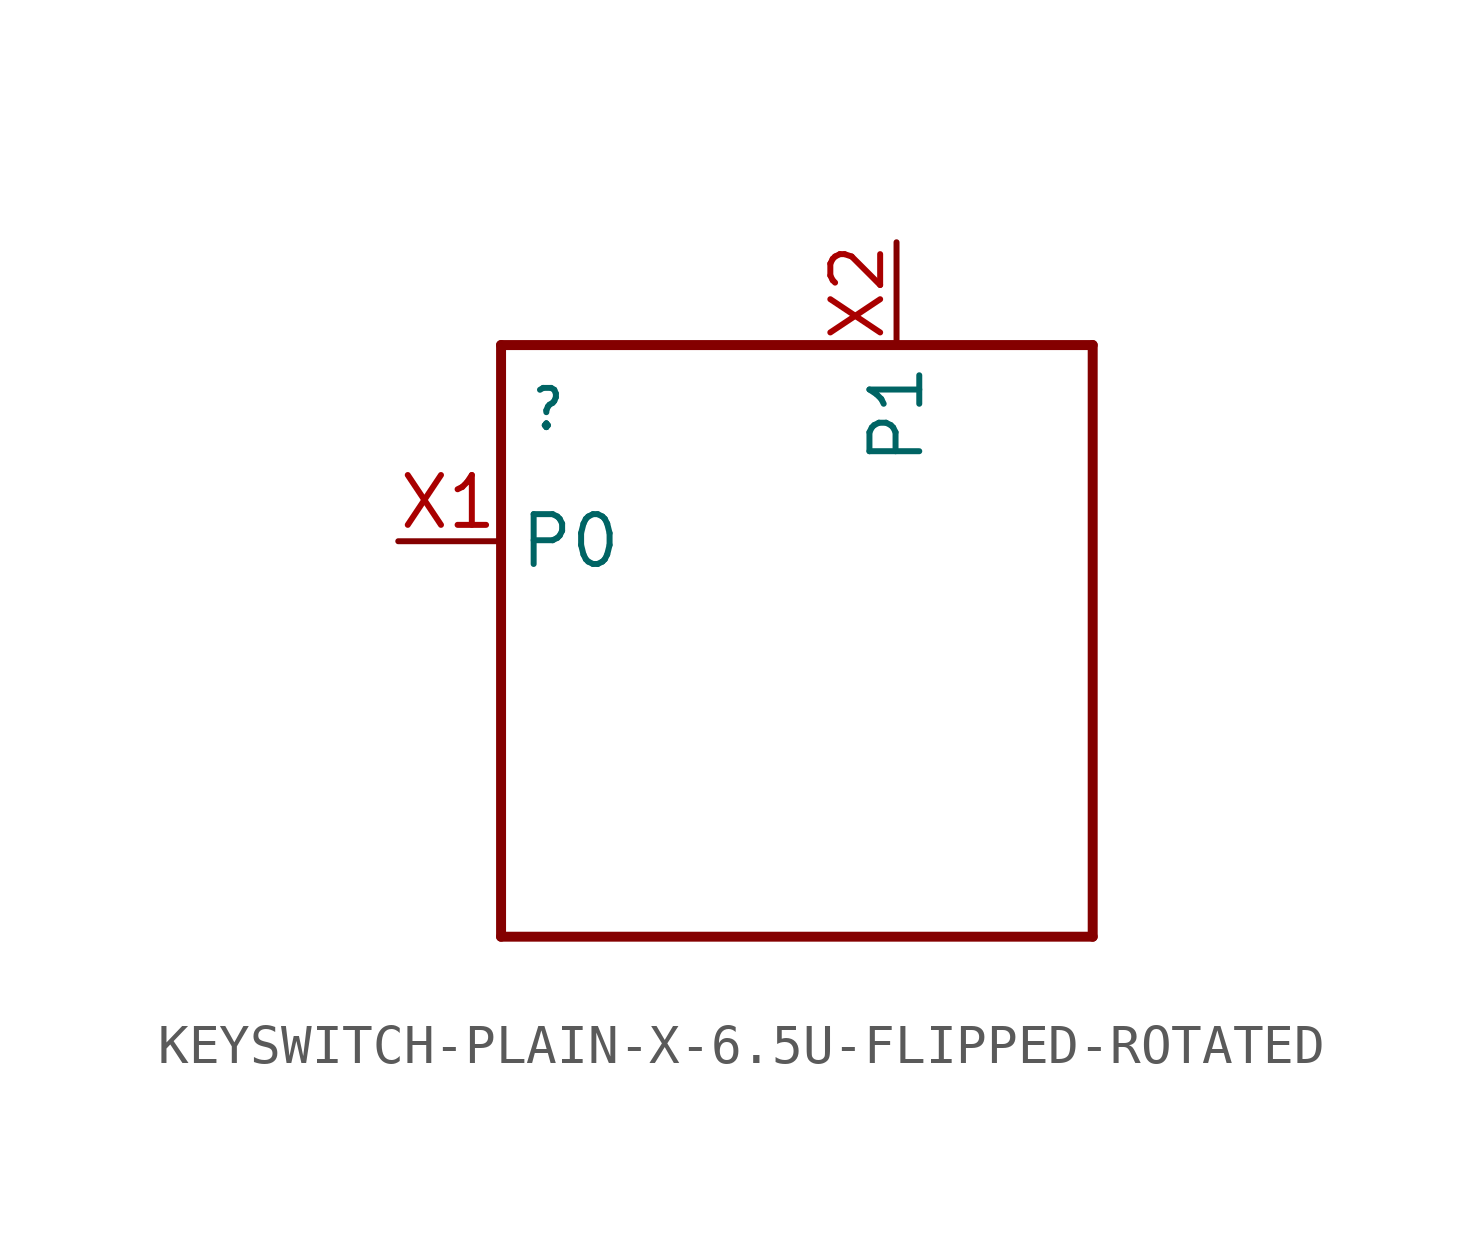
<source format=kicad_sym>
(kicad_symbol_lib
  (version 20211014)
  (generator kicad_symbol_editor)
  (symbol "KEYSWITCH-PLAIN-X-6.5U-FLIPPED-ROTATED"
    (property "Reference" ""
      (at -6.81 5.318 0)
      (effects (font (size 1 0.85)) (justify left bottom)))
    (property "ki_locked" ""
      (at 0 0 0)
      (effects (font (size 1.27 1.27))))
    (symbol "KEYSWITCH-PLAIN-X-6.5U-FLIPPED-ROTATED_1_0"
      (polyline (pts (xy -7.54 -7.54) (xy -7.54 7.54)) (stroke (width 0.254) (type default) (color 0 0 0 0)) (fill (type none)))
      (polyline (pts (xy -7.54 7.54) (xy 7.54 7.54)) (stroke (width 0.254) (type default) (color 0 0 0 0)) (fill (type none)))
      (polyline (pts (xy 7.54 -7.54) (xy -7.54 -7.54)) (stroke (width 0.254) (type default) (color 0 0 0 0)) (fill (type none)))
      (polyline (pts (xy 7.54 7.54) (xy 7.54 -7.54)) (stroke (width 0.254) (type default) (color 0 0 0 0)) (fill (type none)))
      (pin bidirectional line (at -10.16 2.54 0) (length 2.54) (name "P0" (effects (font (size 1.27 1.27)))) (number "X1" (effects (font (size 1.27 1.27)))))
      (pin bidirectional line (at 2.54 10.16 270) (length 2.54) (name "P1" (effects (font (size 1.27 1.27)))) (number "X2" (effects (font (size 1.27 1.27))))))))
</source>
